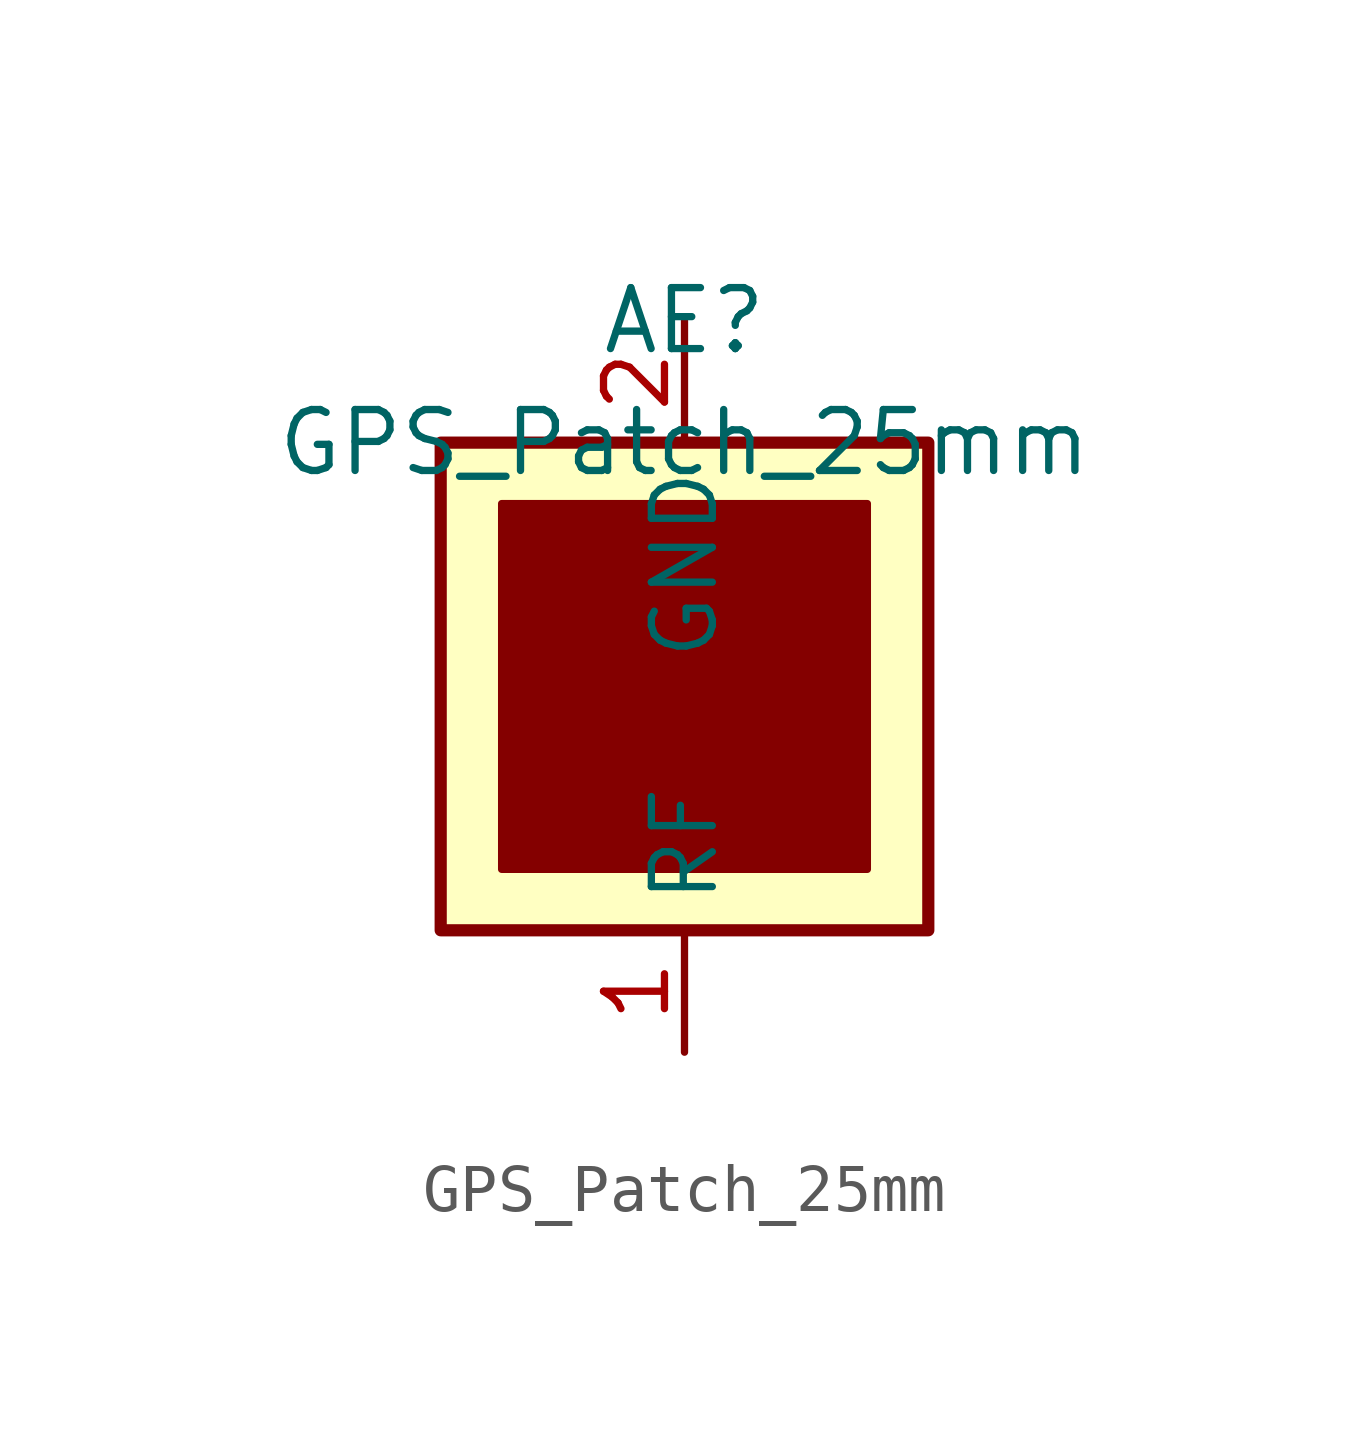
<source format=kicad_sym>
(kicad_symbol_lib
  (version 20211014)
  (generator kicad_symbol_editor)
  (symbol "GPS_Patch_25mm"
    (property "Reference" "AE"
      (at 0 7.62 0)
      (effects (font (size 1.27 1.27))))
    (property "Value" "GPS_Patch_25mm"
      (at 0 5.08 0)
      (effects (font (size 1.27 1.27))))
    (symbol "GPS_Patch_25mm_0_1"
      (rectangle (start -5.08 5.08) (end 5.08 -5.08) (stroke (width 0.254) (type default) (color 0 0 0 0)) (fill (type background)))
      (rectangle (start -3.81 3.81) (end 3.81 -3.81) (stroke (width 0) (type default) (color 0 0 0 0)) (fill (type outline)))
      (circle (center 0 -1.27) (radius 0.5) (stroke (width 0) (type default) (color 0 0 0 0)) (fill (type outline))))
    (symbol "GPS_Patch_25mm_1_1"
      (pin input line (at 0 -7.62 90) (length 2.54) (name "RF" (effects (font (size 1.27 1.27)))) (number "1" (effects (font (size 1.27 1.27)))))
      (pin power_in line (at 0 7.62 270) (length 2.54) (name "GND" (effects (font (size 1.27 1.27)))) (number "2" (effects (font (size 1.27 1.27))))))))
</source>
